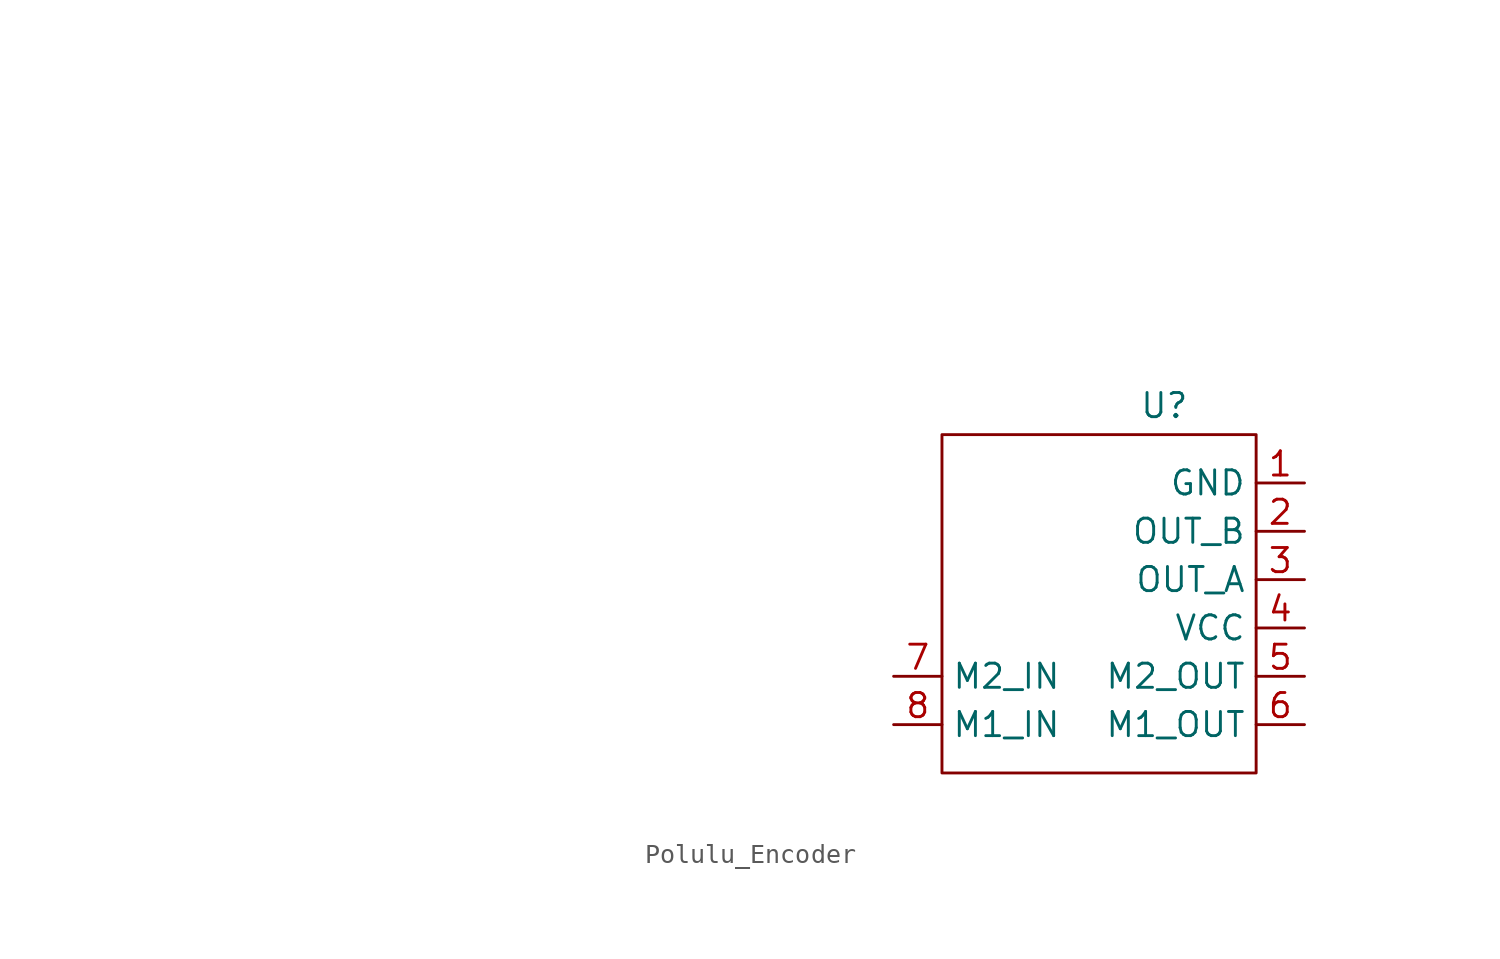
<source format=kicad_sym>
(kicad_symbol_lib
  (version 20241209)
  (generator "kicad_symbol_editor")
  (generator_version "9.0")
  (symbol "Polulu_Encoder"
    (property "Reference" "U"
      (at -2.286 12.954 0)
      (effects (font (size 1.27 1.27))))
    (property "Value" ""
      (at -53.34 26.67 0)
      (effects (font (size 1.27 1.27))))
    (symbol "Polulu_Encoder_0_1"
      (rectangle (start -13.97 11.43) (end 2.54 -6.35) (stroke (width 0) (type default)) (fill (type none))))
    (symbol "Polulu_Encoder_1_1"
      (pin passive line (at -16.51 -1.27 0) (length 2.54) (name "M2_IN" (effects (font (size 1.27 1.27)))) (number "7" (effects (font (size 1.27 1.27)))))
      (pin passive line (at -16.51 -3.81 0) (length 2.54) (name "M1_IN" (effects (font (size 1.27 1.27)))) (number "8" (effects (font (size 1.27 1.27)))))
      (pin passive line (at 5.08 8.89 180) (length 2.54) (name "GND" (effects (font (size 1.27 1.27)))) (number "1" (effects (font (size 1.27 1.27)))))
      (pin passive line (at 5.08 6.35 180) (length 2.54) (name "OUT_B" (effects (font (size 1.27 1.27)))) (number "2" (effects (font (size 1.27 1.27)))))
      (pin passive line (at 5.08 3.81 180) (length 2.54) (name "OUT_A" (effects (font (size 1.27 1.27)))) (number "3" (effects (font (size 1.27 1.27)))))
      (pin passive line (at 5.08 1.27 180) (length 2.54) (name "VCC" (effects (font (size 1.27 1.27)))) (number "4" (effects (font (size 1.27 1.27)))))
      (pin passive line (at 5.08 -1.27 180) (length 2.54) (name "M2_OUT" (effects (font (size 1.27 1.27)))) (number "5" (effects (font (size 1.27 1.27)))))
      (pin passive line (at 5.08 -3.81 180) (length 2.54) (name "M1_OUT" (effects (font (size 1.27 1.27)))) (number "6" (effects (font (size 1.27 1.27))))))))
</source>
